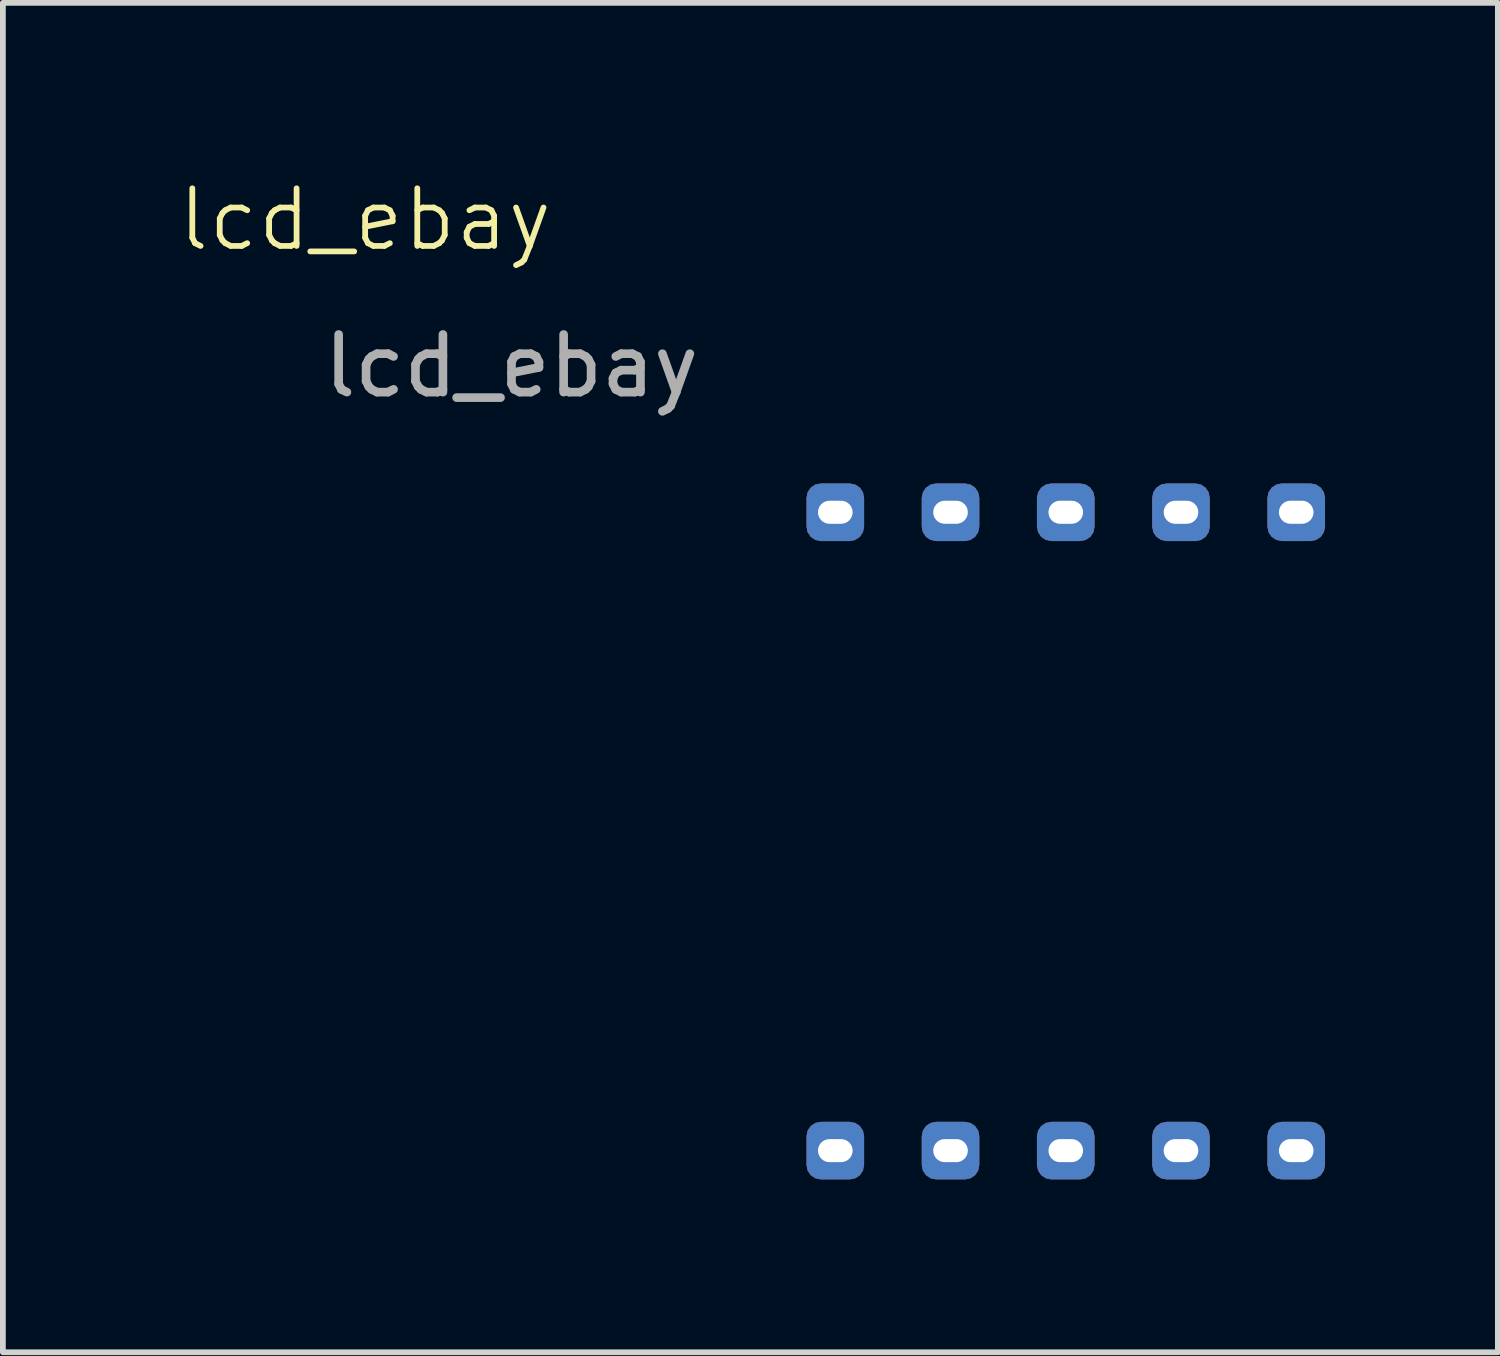
<source format=kicad_pcb>
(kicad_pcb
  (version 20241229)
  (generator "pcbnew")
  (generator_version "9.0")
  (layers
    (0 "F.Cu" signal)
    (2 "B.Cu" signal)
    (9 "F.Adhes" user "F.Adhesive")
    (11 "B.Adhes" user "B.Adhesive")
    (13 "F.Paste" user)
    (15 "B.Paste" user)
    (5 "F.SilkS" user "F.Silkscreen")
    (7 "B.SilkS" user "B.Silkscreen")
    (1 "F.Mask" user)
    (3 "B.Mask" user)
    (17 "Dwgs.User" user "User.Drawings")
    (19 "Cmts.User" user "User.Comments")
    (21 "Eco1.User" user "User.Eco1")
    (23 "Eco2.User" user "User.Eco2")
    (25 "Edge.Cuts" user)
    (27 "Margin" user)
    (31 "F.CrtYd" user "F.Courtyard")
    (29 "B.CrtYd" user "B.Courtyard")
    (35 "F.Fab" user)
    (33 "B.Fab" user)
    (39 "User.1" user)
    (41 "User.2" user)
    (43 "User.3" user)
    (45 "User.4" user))
  (footprint "lcd_ebay"
    (layer "F.Cu")
    (at 13.448 10.921)
    (property "Reference" "lcd_ebay" (at -10.16 -10.16 0) (unlocked yes) (layer "F.SilkS") (effects (font (size 1 1) (thickness 0.1))))
    (attr smd)
    (fp_text user "${REFERENCE}" (at -7.62 -7.62 0) (unlocked yes) (layer "F.Fab") (effects (font (size 1 1) (thickness 0.15))))
    (pad "1" thru_hole roundrect (at -2 6) (size 1 1) (drill oval 0.6 0.4) (layers "*.Cu" "*.Mask") (roundrect_rratio 0.25))
    (pad "2" thru_hole roundrect (at 0 6) (size 1 1) (drill oval 0.6 0.4) (layers "*.Cu" "*.Mask") (roundrect_rratio 0.25))
    (pad "3" thru_hole roundrect (at 2 6) (size 1 1) (drill oval 0.6 0.4) (layers "*.Cu" "*.Mask") (roundrect_rratio 0.25))
    (pad "4" thru_hole roundrect (at 4 6) (size 1 1) (drill oval 0.6 0.4) (layers "*.Cu" "*.Mask") (roundrect_rratio 0.25))
    (pad "5" thru_hole roundrect (at 6 6) (size 1 1) (drill oval 0.6 0.4) (layers "*.Cu" "*.Mask") (roundrect_rratio 0.25))
    (pad "6" thru_hole roundrect (at 6 -5.08) (size 1 1) (drill oval 0.6 0.4) (layers "*.Cu" "*.Mask") (roundrect_rratio 0.25))
    (pad "7" thru_hole roundrect (at 4 -5.08) (size 1 1) (drill oval 0.6 0.4) (layers "*.Cu" "*.Mask") (roundrect_rratio 0.25))
    (pad "8" thru_hole roundrect (at 2 -5.08) (size 1 1) (drill oval 0.6 0.4) (layers "*.Cu" "*.Mask") (roundrect_rratio 0.25))
    (pad "9" thru_hole roundrect (at 0 -5.08) (size 1 1) (drill oval 0.6 0.4) (layers "*.Cu" "*.Mask") (roundrect_rratio 0.25))
    (pad "10" thru_hole roundrect (at -2 -5.08) (size 1 1) (drill oval 0.6 0.4) (layers "*.Cu" "*.Mask") (roundrect_rratio 0.25)))
  (gr_rect
    (start -3 -3)
    (end 22.948 20.421)
    (stroke (width 0.1) (type default))
    (fill no)
    (layer "Edge.Cuts")))
</source>
